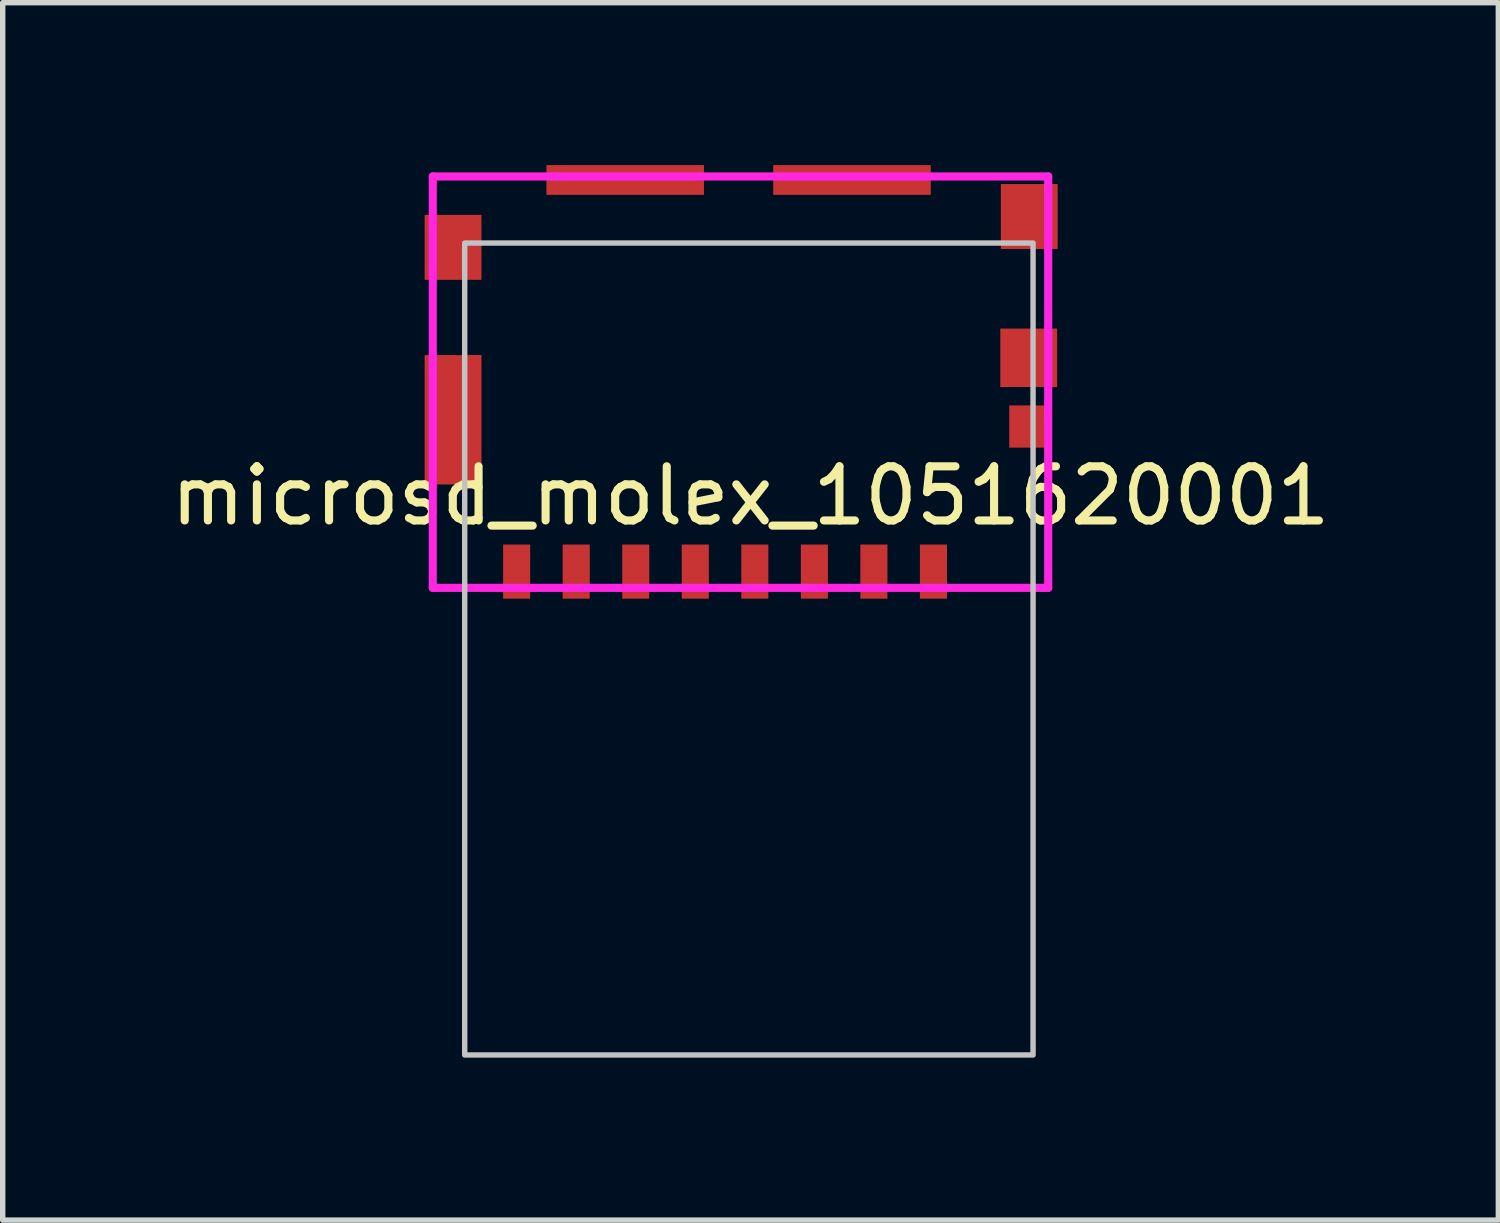
<source format=kicad_pcb>
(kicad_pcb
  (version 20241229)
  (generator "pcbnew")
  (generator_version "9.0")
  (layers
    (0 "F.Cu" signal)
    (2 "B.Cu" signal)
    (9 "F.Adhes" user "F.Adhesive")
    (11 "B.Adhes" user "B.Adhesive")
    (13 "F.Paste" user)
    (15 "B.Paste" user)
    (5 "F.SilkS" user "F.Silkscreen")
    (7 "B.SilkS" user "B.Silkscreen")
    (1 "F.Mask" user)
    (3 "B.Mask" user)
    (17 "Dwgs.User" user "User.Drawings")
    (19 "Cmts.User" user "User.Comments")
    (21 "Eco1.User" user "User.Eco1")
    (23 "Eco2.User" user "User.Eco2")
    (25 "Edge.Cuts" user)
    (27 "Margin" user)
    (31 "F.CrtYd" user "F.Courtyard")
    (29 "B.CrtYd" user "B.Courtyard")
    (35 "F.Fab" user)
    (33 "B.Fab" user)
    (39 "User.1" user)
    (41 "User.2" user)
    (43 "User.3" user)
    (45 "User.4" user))
  (footprint "microsd_molex_1051620001"
    (layer "F.Cu")
    (at 10.535 3.94)
    (property "Reference" "microsd_molex_1051620001" (at 0.28 2.17 0) (layer "F.SilkS") (effects (font (size 1 1) (thickness 0.15))))
    (attr smd)
    (fp_rect (start -5 -2.5) (end 5.5 12.5) (stroke (width 0.1) (type default)) (fill no) (layer "Dwgs.User"))
    (fp_line (start -5.59 -3.73) (end 5.78 -3.73) (stroke (width 0.15) (type solid)) (layer "F.CrtYd"))
    (fp_line (start -5.59 3.87) (end -5.59 -3.73) (stroke (width 0.15) (type solid)) (layer "F.CrtYd"))
    (fp_line (start 5.78 -3.73) (end 5.78 3.87) (stroke (width 0.15) (type solid)) (layer "F.CrtYd"))
    (fp_line (start 5.78 3.87) (end -5.59 3.87) (stroke (width 0.15) (type solid)) (layer "F.CrtYd"))
    (pad "" smd rect (at -2.035 -3.665) (size 2.91 0.55) (layers "F.Cu" "F.Mask" "F.Paste"))
    (pad "" smd rect (at 2.155 -3.665) (size 2.91 0.55) (layers "F.Cu" "F.Mask" "F.Paste"))
    (pad "1" smd rect (at 3.66 3.57) (size 0.5 1) (layers "F.Cu" "F.Mask" "F.Paste"))
    (pad "2" smd rect (at 2.56 3.57) (size 0.5 1) (layers "F.Cu" "F.Mask" "F.Paste"))
    (pad "3" smd rect (at 1.46 3.57) (size 0.5 1) (layers "F.Cu" "F.Mask" "F.Paste"))
    (pad "4" smd rect (at 0.36 3.57) (size 0.5 1) (layers "F.Cu" "F.Mask" "F.Paste"))
    (pad "5" smd rect (at -0.74 3.57) (size 0.5 1) (layers "F.Cu" "F.Mask" "F.Paste"))
    (pad "6" smd rect (at -1.84 3.57) (size 0.5 1) (layers "F.Cu" "F.Mask" "F.Paste"))
    (pad "7" smd rect (at -2.94 3.57) (size 0.5 1) (layers "F.Cu" "F.Mask" "F.Paste"))
    (pad "8" smd rect (at -4.04 3.57) (size 0.5 1) (layers "F.Cu" "F.Mask" "F.Paste"))
    (pad "9" smd rect (at 5.42 0.89) (size 0.72 0.78) (layers "F.Cu" "F.Mask" "F.Paste"))
    (pad "10" smd rect (at -5.215 -2.42) (size 1.05 1.2) (layers "F.Cu" "F.Mask" "F.Paste"))
    (pad "10" smd rect (at -5.215 0.765) (size 1.05 2.39) (layers "F.Cu" "F.Mask" "F.Paste"))
    (pad "10" smd rect (at 5.42 -0.38) (size 1.05 1.08) (layers "F.Cu" "F.Mask" "F.Paste"))
    (pad "10" smd rect (at 5.43 -2.99) (size 1.05 1.2) (layers "F.Cu" "F.Mask" "F.Paste"))
    (zone (net_name "") (layer "F.SilkS") (name "keepout") (hatch edge 0.5) (connect_pads) (min_thickness 0.25) (filled_areas_thickness no) (keepout (tracks not_allowed) (vias not_allowed) (pads not_allowed) (copperpour allowed) (footprints allowed)) (placement (enabled no)) (fill) (polygon (pts (xy 6.535 5.94) (xy 6.535 1.94) (xy 14.535 1.94) (xy 14.535 5.94)))))
  (gr_rect
    (start -3 -3)
    (end 24.631 19.49)
    (stroke (width 0.1) (type default))
    (fill no)
    (layer "Edge.Cuts")))
</source>
